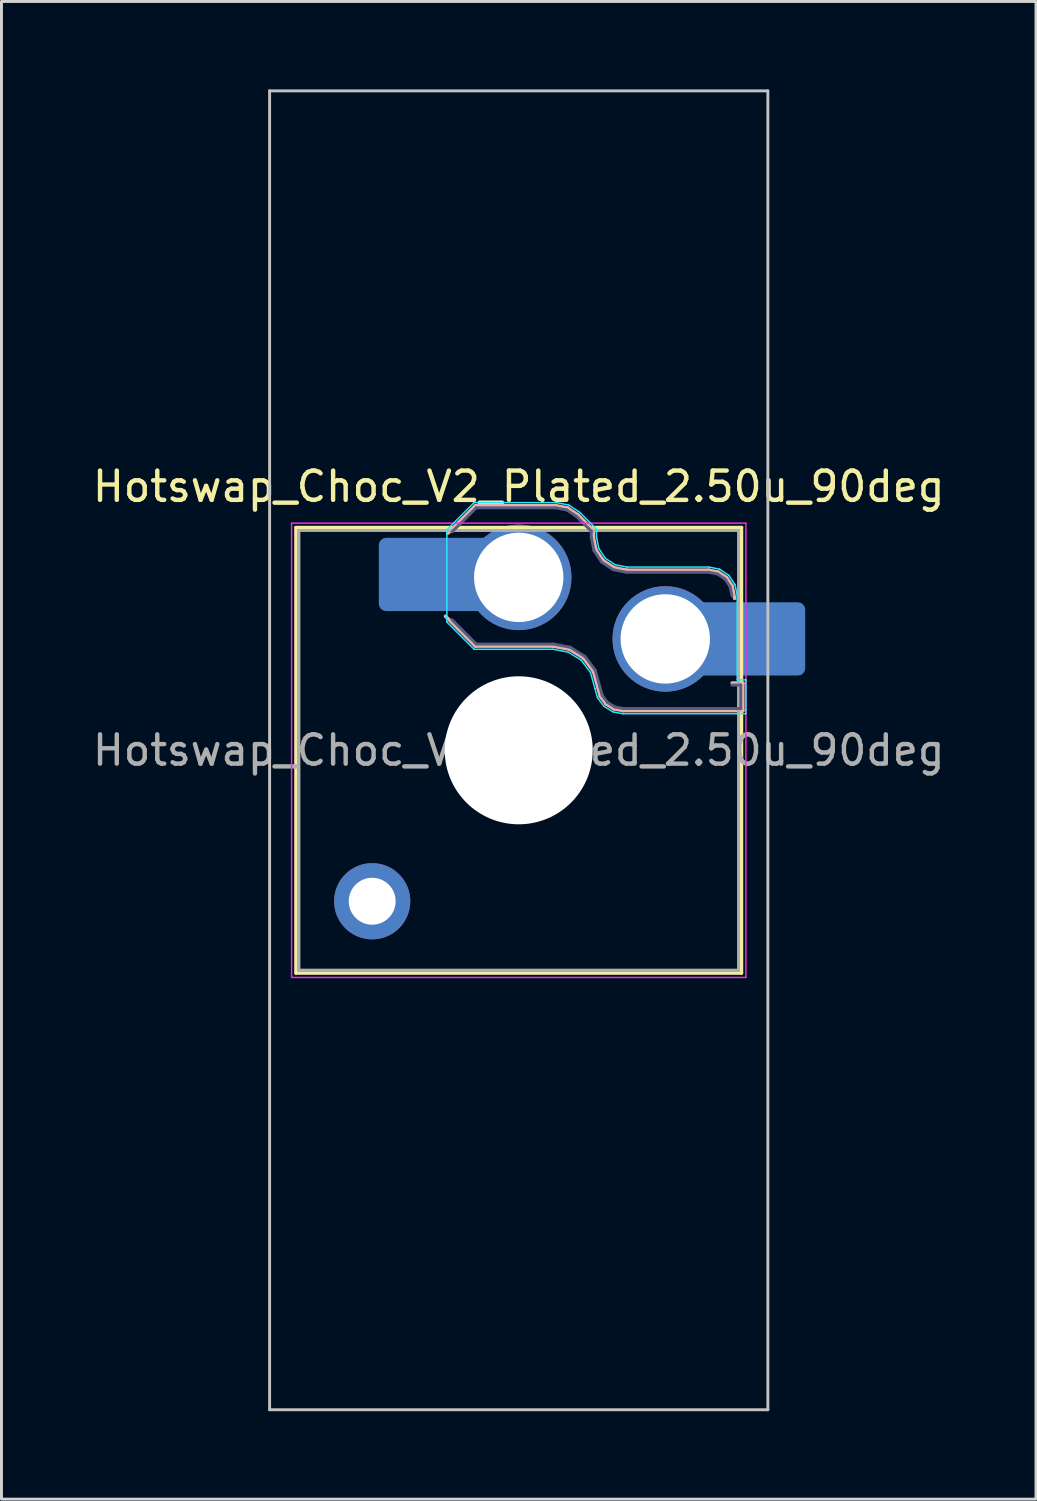
<source format=kicad_pcb>
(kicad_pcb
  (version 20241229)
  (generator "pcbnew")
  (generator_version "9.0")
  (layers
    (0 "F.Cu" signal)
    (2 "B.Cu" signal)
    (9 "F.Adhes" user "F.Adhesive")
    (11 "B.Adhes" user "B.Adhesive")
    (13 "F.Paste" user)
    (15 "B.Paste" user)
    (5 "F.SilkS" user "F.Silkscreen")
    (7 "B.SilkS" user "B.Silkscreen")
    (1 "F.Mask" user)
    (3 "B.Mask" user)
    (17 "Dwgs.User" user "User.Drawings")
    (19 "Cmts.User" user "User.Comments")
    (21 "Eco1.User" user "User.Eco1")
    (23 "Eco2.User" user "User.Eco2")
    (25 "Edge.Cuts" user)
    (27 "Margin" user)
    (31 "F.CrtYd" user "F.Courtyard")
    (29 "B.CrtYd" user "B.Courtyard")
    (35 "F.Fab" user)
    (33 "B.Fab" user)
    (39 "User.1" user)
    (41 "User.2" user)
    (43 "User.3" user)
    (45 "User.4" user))
  (footprint "Hotswap_Choc_V2_Plated_2.50u_90deg"
    (layer "F.Cu")
    (at 14.649 22.55)
    (property "Reference" "Hotswap_Choc_V2_Plated_2.50u_90deg" (at 0 -9 0) (layer "F.SilkS") (effects (font (size 1 1) (thickness 0.15))))
    (attr smd allow_soldermask_bridges)
    (fp_line (start -7.6 -7.6) (end -7.6 7.6) (stroke (width 0.12) (type solid)) (layer "F.SilkS"))
    (fp_line (start -7.6 7.6) (end 7.6 7.6) (stroke (width 0.12) (type solid)) (layer "F.SilkS"))
    (fp_line (start 7.6 -7.6) (end -7.6 -7.6) (stroke (width 0.12) (type solid)) (layer "F.SilkS"))
    (fp_line (start 7.6 7.6) (end 7.6 -7.6) (stroke (width 0.12) (type solid)) (layer "F.SilkS"))
    (fp_line (start -2.416 -7.409) (end -1.479 -8.346) (stroke (width 0.12) (type solid)) (layer "B.SilkS"))
    (fp_line (start -1.479 -8.346) (end 1.268 -8.346) (stroke (width 0.12) (type solid)) (layer "B.SilkS"))
    (fp_line (start -1.479 -3.554) (end -2.5 -4.575) (stroke (width 0.12) (type solid)) (layer "B.SilkS"))
    (fp_line (start 1.168 -3.554) (end -1.479 -3.554) (stroke (width 0.12) (type solid)) (layer "B.SilkS"))
    (fp_line (start 1.268 -8.346) (end 1.671 -8.266) (stroke (width 0.12) (type solid)) (layer "B.SilkS"))
    (fp_line (start 1.671 -8.266) (end 2.013 -8.037) (stroke (width 0.12) (type solid)) (layer "B.SilkS"))
    (fp_line (start 1.73 -3.449) (end 1.168 -3.554) (stroke (width 0.12) (type solid)) (layer "B.SilkS"))
    (fp_line (start 2.013 -8.037) (end 2.546 -7.504) (stroke (width 0.12) (type solid)) (layer "B.SilkS"))
    (fp_line (start 2.209 -3.15) (end 1.73 -3.449) (stroke (width 0.12) (type solid)) (layer "B.SilkS"))
    (fp_line (start 2.546 -7.504) (end 2.546 -7.282) (stroke (width 0.12) (type solid)) (layer "B.SilkS"))
    (fp_line (start 2.546 -7.282) (end 2.633 -6.844) (stroke (width 0.12) (type solid)) (layer "B.SilkS"))
    (fp_line (start 2.547 -2.697) (end 2.209 -3.15) (stroke (width 0.12) (type solid)) (layer "B.SilkS"))
    (fp_line (start 2.633 -6.844) (end 2.877 -6.477) (stroke (width 0.12) (type solid)) (layer "B.SilkS"))
    (fp_line (start 2.701 -2.139) (end 2.547 -2.697) (stroke (width 0.12) (type solid)) (layer "B.SilkS"))
    (fp_line (start 2.783 -1.841) (end 2.701 -2.139) (stroke (width 0.12) (type solid)) (layer "B.SilkS"))
    (fp_line (start 2.877 -6.477) (end 3.244 -6.233) (stroke (width 0.12) (type solid)) (layer "B.SilkS"))
    (fp_line (start 2.976 -1.583) (end 2.783 -1.841) (stroke (width 0.12) (type solid)) (layer "B.SilkS"))
    (fp_line (start 3.244 -6.233) (end 3.682 -6.146) (stroke (width 0.12) (type solid)) (layer "B.SilkS"))
    (fp_line (start 3.25 -1.413) (end 2.976 -1.583) (stroke (width 0.12) (type solid)) (layer "B.SilkS"))
    (fp_line (start 3.56 -1.354) (end 3.25 -1.413) (stroke (width 0.12) (type solid)) (layer "B.SilkS"))
    (fp_line (start 3.682 -6.146) (end 6.482 -6.146) (stroke (width 0.12) (type solid)) (layer "B.SilkS"))
    (fp_line (start 6.482 -6.146) (end 6.809 -6.081) (stroke (width 0.12) (type solid)) (layer "B.SilkS"))
    (fp_line (start 6.809 -6.081) (end 7.092 -5.892) (stroke (width 0.12) (type solid)) (layer "B.SilkS"))
    (fp_line (start 7.092 -5.892) (end 7.281 -5.609) (stroke (width 0.12) (type solid)) (layer "B.SilkS"))
    (fp_line (start 7.281 -5.609) (end 7.366 -5.182) (stroke (width 0.12) (type solid)) (layer "B.SilkS"))
    (fp_line (start 7.283 -2.296) (end 7.646 -2.296) (stroke (width 0.12) (type solid)) (layer "B.SilkS"))
    (fp_line (start 7.646 -2.296) (end 7.646 -1.354) (stroke (width 0.12) (type solid)) (layer "B.SilkS"))
    (fp_line (start 7.646 -1.354) (end 3.56 -1.354) (stroke (width 0.12) (type solid)) (layer "B.SilkS"))
    (fp_line (start -8.5 -22.5) (end 8.5 -22.5) (stroke (width 0.1) (type solid)) (layer "Dwgs.User"))
    (fp_line (start -8.5 22.5) (end -8.5 -22.5) (stroke (width 0.1) (type solid)) (layer "Dwgs.User"))
    (fp_line (start 8.5 -22.5) (end 8.5 22.5) (stroke (width 0.1) (type solid)) (layer "Dwgs.User"))
    (fp_line (start 8.5 22.5) (end -8.5 22.5) (stroke (width 0.1) (type solid)) (layer "Dwgs.User"))
    (fp_line (start -7.25 -7.25) (end -7.25 7.25) (stroke (width 0.1) (type solid)) (layer "Eco1.User"))
    (fp_line (start -7.25 7.25) (end 7.25 7.25) (stroke (width 0.1) (type solid)) (layer "Eco1.User"))
    (fp_line (start 7.25 -7.25) (end -7.25 -7.25) (stroke (width 0.1) (type solid)) (layer "Eco1.User"))
    (fp_line (start 7.25 7.25) (end 7.25 -7.25) (stroke (width 0.1) (type solid)) (layer "Eco1.User"))
    (fp_line (start -2.452 -7.523) (end -1.523 -8.452) (stroke (width 0.05) (type solid)) (layer "B.CrtYd"))
    (fp_line (start -2.452 -4.377) (end -2.452 -7.523) (stroke (width 0.05) (type solid)) (layer "B.CrtYd"))
    (fp_line (start -1.523 -8.452) (end 1.278 -8.452) (stroke (width 0.05) (type solid)) (layer "B.CrtYd"))
    (fp_line (start -1.523 -3.448) (end -2.452 -4.377) (stroke (width 0.05) (type solid)) (layer "B.CrtYd"))
    (fp_line (start 1.159 -3.448) (end -1.523 -3.448) (stroke (width 0.05) (type solid)) (layer "B.CrtYd"))
    (fp_line (start 1.278 -8.452) (end 1.712 -8.366) (stroke (width 0.05) (type solid)) (layer "B.CrtYd"))
    (fp_line (start 1.691 -3.348) (end 1.159 -3.448) (stroke (width 0.05) (type solid)) (layer "B.CrtYd"))
    (fp_line (start 1.712 -8.366) (end 2.081 -8.119) (stroke (width 0.05) (type solid)) (layer "B.CrtYd"))
    (fp_line (start 2.081 -8.119) (end 2.652 -7.548) (stroke (width 0.05) (type solid)) (layer "B.CrtYd"))
    (fp_line (start 2.136 -3.071) (end 1.691 -3.348) (stroke (width 0.05) (type solid)) (layer "B.CrtYd"))
    (fp_line (start 2.45 -2.65) (end 2.136 -3.071) (stroke (width 0.05) (type solid)) (layer "B.CrtYd"))
    (fp_line (start 2.599 -2.111) (end 2.45 -2.65) (stroke (width 0.05) (type solid)) (layer "B.CrtYd"))
    (fp_line (start 2.652 -7.548) (end 2.652 -7.292) (stroke (width 0.05) (type solid)) (layer "B.CrtYd"))
    (fp_line (start 2.652 -7.292) (end 2.733 -6.885) (stroke (width 0.05) (type solid)) (layer "B.CrtYd"))
    (fp_line (start 2.687 -1.794) (end 2.599 -2.111) (stroke (width 0.05) (type solid)) (layer "B.CrtYd"))
    (fp_line (start 2.733 -6.885) (end 2.953 -6.553) (stroke (width 0.05) (type solid)) (layer "B.CrtYd"))
    (fp_line (start 2.903 -1.503) (end 2.687 -1.794) (stroke (width 0.05) (type solid)) (layer "B.CrtYd"))
    (fp_line (start 2.953 -6.553) (end 3.285 -6.333) (stroke (width 0.05) (type solid)) (layer "B.CrtYd"))
    (fp_line (start 3.211 -1.312) (end 2.903 -1.503) (stroke (width 0.05) (type solid)) (layer "B.CrtYd"))
    (fp_line (start 3.285 -6.333) (end 3.692 -6.252) (stroke (width 0.05) (type solid)) (layer "B.CrtYd"))
    (fp_line (start 3.55 -1.248) (end 3.211 -1.312) (stroke (width 0.05) (type solid)) (layer "B.CrtYd"))
    (fp_line (start 3.692 -6.252) (end 6.492 -6.252) (stroke (width 0.05) (type solid)) (layer "B.CrtYd"))
    (fp_line (start 6.492 -6.252) (end 6.85 -6.181) (stroke (width 0.05) (type solid)) (layer "B.CrtYd"))
    (fp_line (start 6.85 -6.181) (end 7.168 -5.968) (stroke (width 0.05) (type solid)) (layer "B.CrtYd"))
    (fp_line (start 7.168 -5.968) (end 7.381 -5.65) (stroke (width 0.05) (type solid)) (layer "B.CrtYd"))
    (fp_line (start 7.381 -5.65) (end 7.452 -5.292) (stroke (width 0.05) (type solid)) (layer "B.CrtYd"))
    (fp_line (start 7.452 -5.292) (end 7.452 -2.402) (stroke (width 0.05) (type solid)) (layer "B.CrtYd"))
    (fp_line (start 7.452 -2.402) (end 7.752 -2.402) (stroke (width 0.05) (type solid)) (layer "B.CrtYd"))
    (fp_line (start 7.752 -2.402) (end 7.752 -1.248) (stroke (width 0.05) (type solid)) (layer "B.CrtYd"))
    (fp_line (start 7.752 -1.248) (end 3.55 -1.248) (stroke (width 0.05) (type solid)) (layer "B.CrtYd"))
    (fp_line (start -7.75 -7.75) (end -7.75 7.75) (stroke (width 0.05) (type solid)) (layer "F.CrtYd"))
    (fp_line (start -7.75 7.75) (end 7.75 7.75) (stroke (width 0.05) (type solid)) (layer "F.CrtYd"))
    (fp_line (start 7.75 -7.75) (end -7.75 -7.75) (stroke (width 0.05) (type solid)) (layer "F.CrtYd"))
    (fp_line (start 7.75 7.75) (end 7.75 -7.75) (stroke (width 0.05) (type solid)) (layer "F.CrtYd"))
    (fp_line (start -2.275 -7.45) (end -1.45 -8.275) (stroke (width 0.1) (type solid)) (layer "B.Fab"))
    (fp_line (start -1.45 -8.275) (end 1.261 -8.275) (stroke (width 0.1) (type solid)) (layer "B.Fab"))
    (fp_line (start -1.45 -3.625) (end -2.275 -4.45) (stroke (width 0.1) (type solid)) (layer "B.Fab"))
    (fp_line (start 1.175 -3.625) (end -1.45 -3.625) (stroke (width 0.1) (type solid)) (layer "B.Fab"))
    (fp_line (start 1.261 -8.275) (end 1.643 -8.199) (stroke (width 0.1) (type solid)) (layer "B.Fab"))
    (fp_line (start 1.643 -8.199) (end 1.968 -7.982) (stroke (width 0.1) (type solid)) (layer "B.Fab"))
    (fp_line (start 1.756 -3.516) (end 1.175 -3.625) (stroke (width 0.1) (type solid)) (layer "B.Fab"))
    (fp_line (start 1.968 -7.982) (end 2.475 -7.475) (stroke (width 0.1) (type solid)) (layer "B.Fab"))
    (fp_line (start 2.258 -3.203) (end 1.756 -3.516) (stroke (width 0.1) (type solid)) (layer "B.Fab"))
    (fp_line (start 2.475 -7.475) (end 2.475 -7.275) (stroke (width 0.1) (type solid)) (layer "B.Fab"))
    (fp_line (start 2.475 -7.275) (end 2.566 -6.816) (stroke (width 0.1) (type solid)) (layer "B.Fab"))
    (fp_line (start 2.566 -6.816) (end 2.826 -6.426) (stroke (width 0.1) (type solid)) (layer "B.Fab"))
    (fp_line (start 2.612 -2.729) (end 2.258 -3.203) (stroke (width 0.1) (type solid)) (layer "B.Fab"))
    (fp_line (start 2.769 -2.158) (end 2.612 -2.729) (stroke (width 0.1) (type solid)) (layer "B.Fab"))
    (fp_line (start 2.826 -6.426) (end 3.216 -6.166) (stroke (width 0.1) (type solid)) (layer "B.Fab"))
    (fp_line (start 2.848 -1.873) (end 2.769 -2.158) (stroke (width 0.1) (type solid)) (layer "B.Fab"))
    (fp_line (start 3.025 -1.636) (end 2.848 -1.873) (stroke (width 0.1) (type solid)) (layer "B.Fab"))
    (fp_line (start 3.216 -6.166) (end 3.675 -6.075) (stroke (width 0.1) (type solid)) (layer "B.Fab"))
    (fp_line (start 3.276 -1.48) (end 3.025 -1.636) (stroke (width 0.1) (type solid)) (layer "B.Fab"))
    (fp_line (start 3.567 -1.425) (end 3.276 -1.48) (stroke (width 0.1) (type solid)) (layer "B.Fab"))
    (fp_line (start 3.675 -6.075) (end 6.475 -6.075) (stroke (width 0.1) (type solid)) (layer "B.Fab"))
    (fp_line (start 6.475 -6.075) (end 6.781 -6.014) (stroke (width 0.1) (type solid)) (layer "B.Fab"))
    (fp_line (start 6.781 -6.014) (end 7.041 -5.841) (stroke (width 0.1) (type solid)) (layer "B.Fab"))
    (fp_line (start 7.041 -5.841) (end 7.214 -5.581) (stroke (width 0.1) (type solid)) (layer "B.Fab"))
    (fp_line (start 7.214 -5.581) (end 7.275 -5.275) (stroke (width 0.1) (type solid)) (layer "B.Fab"))
    (fp_line (start 7.275 -2.225) (end 7.575 -2.225) (stroke (width 0.1) (type solid)) (layer "B.Fab"))
    (fp_line (start 7.575 -2.225) (end 7.575 -1.425) (stroke (width 0.1) (type solid)) (layer "B.Fab"))
    (fp_line (start 7.575 -1.425) (end 3.567 -1.425) (stroke (width 0.1) (type solid)) (layer "B.Fab"))
    (fp_line (start -7.5 -7.5) (end -7.5 7.5) (stroke (width 0.1) (type solid)) (layer "F.Fab"))
    (fp_line (start -7.5 7.5) (end 7.5 7.5) (stroke (width 0.1) (type solid)) (layer "F.Fab"))
    (fp_line (start 7.5 -7.5) (end -7.5 -7.5) (stroke (width 0.1) (type solid)) (layer "F.Fab"))
    (fp_line (start 7.5 7.5) (end 7.5 -7.5) (stroke (width 0.1) (type solid)) (layer "F.Fab"))
    (fp_text user "${REFERENCE}" (at 0 0 0) (layer "F.Fab") (effects (font (size 1 1) (thickness 0.15))))
    (pad "" thru_hole circle (at -5 5.15) (size 2.6 2.6) (drill 1.6) (layers "*.Cu" "*.Mask"))
    (pad "" smd roundrect (at -3.5 -6) (size 2.55 2.5) (layers "B.Mask" "B.Paste") (roundrect_rratio 0.1))
    (pad "" np_thru_hole circle (at 0 0) (size 5.05 5.05) (drill 5.05) (layers "*.Cu" "*.Mask"))
    (pad "" smd roundrect (at 8.5 -3.8) (size 2.55 2.5) (layers "B.Mask" "B.Paste") (roundrect_rratio 0.1))
    (pad "1" smd roundrect (at -2.85 -6) (size 3.85 2.5) (layers "B.Cu") (roundrect_rratio 0.1))
    (pad "1" thru_hole circle (at 0 -5.9) (size 3.6 3.6) (drill 3.05) (layers "*.Cu" "*.Mask"))
    (pad "2" thru_hole circle (at 5 -3.8) (size 3.6 3.6) (drill 3.05) (layers "*.Cu" "*.Mask"))
    (pad "2" smd roundrect (at 7.85 -3.8) (size 3.85 2.5) (layers "B.Cu") (roundrect_rratio 0.1)))
  (gr_rect
    (start -3 -3)
    (end 32.298 48.1)
    (stroke (width 0.1) (type default))
    (fill no)
    (layer "Edge.Cuts")))
</source>
